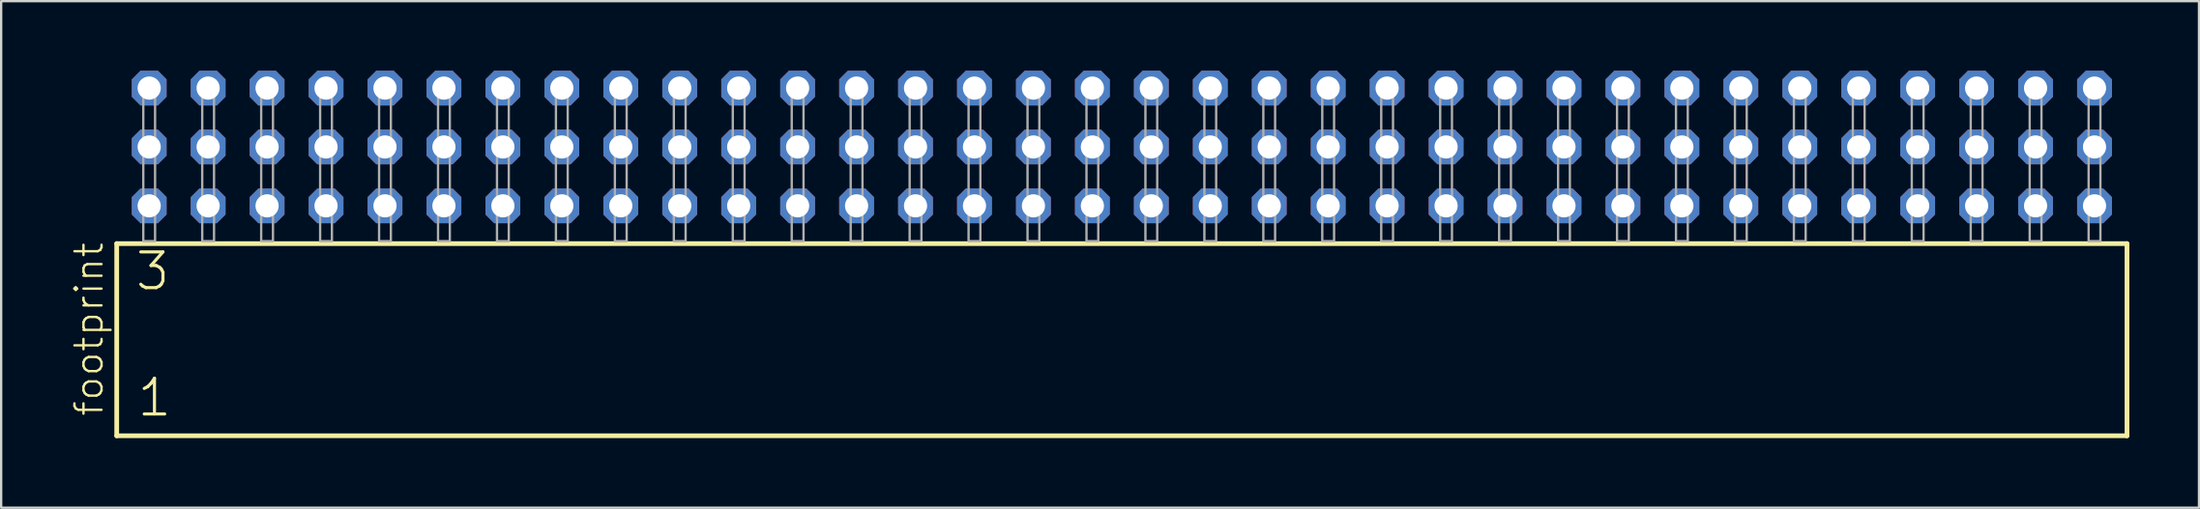
<source format=kicad_pcb>
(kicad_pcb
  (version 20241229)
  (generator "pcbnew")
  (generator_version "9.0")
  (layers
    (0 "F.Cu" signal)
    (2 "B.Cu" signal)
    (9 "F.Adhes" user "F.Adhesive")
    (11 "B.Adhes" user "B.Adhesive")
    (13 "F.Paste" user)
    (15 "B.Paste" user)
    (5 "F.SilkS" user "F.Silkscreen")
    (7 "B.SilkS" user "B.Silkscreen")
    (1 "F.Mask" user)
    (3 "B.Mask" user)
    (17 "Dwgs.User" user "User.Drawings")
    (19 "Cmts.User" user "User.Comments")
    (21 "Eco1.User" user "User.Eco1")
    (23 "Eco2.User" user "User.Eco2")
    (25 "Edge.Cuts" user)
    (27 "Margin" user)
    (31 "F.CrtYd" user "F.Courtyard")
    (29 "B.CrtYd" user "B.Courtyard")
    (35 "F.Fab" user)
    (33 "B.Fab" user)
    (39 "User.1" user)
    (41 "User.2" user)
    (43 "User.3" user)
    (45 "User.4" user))
  (footprint "footprint"
    (layer "F.Cu")
    (at 45.288 7.354)
    (property "Reference" "footprint" (at -43.815 7.62 90) (layer "F.SilkS") (effects (font (size 1.168 1.168) (thickness 0.102)) (justify left bottom)))
    (fp_line (start -43.309 0.106) (end -43.309 8.396) (stroke (width 0.203) (type solid)) (layer "F.SilkS"))
    (fp_line (start -43.309 8.396) (end 43.309 8.396) (stroke (width 0.203) (type solid)) (layer "F.SilkS"))
    (fp_line (start 43.309 0.106) (end -43.309 0.106) (stroke (width 0.203) (type solid)) (layer "F.SilkS"))
    (fp_line (start 43.309 8.396) (end 43.309 0.106) (stroke (width 0.203) (type solid)) (layer "F.SilkS"))
    (fp_poly (pts (xy -42.164 0) (xy -41.656 0) (xy -41.656 -6.858) (xy -42.164 -6.858)) (stroke (width 0.1) (type solid)) (fill no) (layer "F.Fab"))
    (fp_poly (pts (xy -39.624 0) (xy -39.116 0) (xy -39.116 -6.858) (xy -39.624 -6.858)) (stroke (width 0.1) (type solid)) (fill no) (layer "F.Fab"))
    (fp_poly (pts (xy -37.084 0) (xy -36.576 0) (xy -36.576 -6.858) (xy -37.084 -6.858)) (stroke (width 0.1) (type solid)) (fill no) (layer "F.Fab"))
    (fp_poly (pts (xy -34.544 0) (xy -34.036 0) (xy -34.036 -6.858) (xy -34.544 -6.858)) (stroke (width 0.1) (type solid)) (fill no) (layer "F.Fab"))
    (fp_poly (pts (xy -32.004 0) (xy -31.496 0) (xy -31.496 -6.858) (xy -32.004 -6.858)) (stroke (width 0.1) (type solid)) (fill no) (layer "F.Fab"))
    (fp_poly (pts (xy -29.464 0) (xy -28.956 0) (xy -28.956 -6.858) (xy -29.464 -6.858)) (stroke (width 0.1) (type solid)) (fill no) (layer "F.Fab"))
    (fp_poly (pts (xy -26.924 0) (xy -26.416 0) (xy -26.416 -6.858) (xy -26.924 -6.858)) (stroke (width 0.1) (type solid)) (fill no) (layer "F.Fab"))
    (fp_poly (pts (xy -24.384 0) (xy -23.876 0) (xy -23.876 -6.858) (xy -24.384 -6.858)) (stroke (width 0.1) (type solid)) (fill no) (layer "F.Fab"))
    (fp_poly (pts (xy -21.844 0) (xy -21.336 0) (xy -21.336 -6.858) (xy -21.844 -6.858)) (stroke (width 0.1) (type solid)) (fill no) (layer "F.Fab"))
    (fp_poly (pts (xy -19.304 0) (xy -18.796 0) (xy -18.796 -6.858) (xy -19.304 -6.858)) (stroke (width 0.1) (type solid)) (fill no) (layer "F.Fab"))
    (fp_poly (pts (xy -16.764 0) (xy -16.256 0) (xy -16.256 -6.858) (xy -16.764 -6.858)) (stroke (width 0.1) (type solid)) (fill no) (layer "F.Fab"))
    (fp_poly (pts (xy -14.224 0) (xy -13.716 0) (xy -13.716 -6.858) (xy -14.224 -6.858)) (stroke (width 0.1) (type solid)) (fill no) (layer "F.Fab"))
    (fp_poly (pts (xy -11.684 0) (xy -11.176 0) (xy -11.176 -6.858) (xy -11.684 -6.858)) (stroke (width 0.1) (type solid)) (fill no) (layer "F.Fab"))
    (fp_poly (pts (xy -9.144 0) (xy -8.636 0) (xy -8.636 -6.858) (xy -9.144 -6.858)) (stroke (width 0.1) (type solid)) (fill no) (layer "F.Fab"))
    (fp_poly (pts (xy -6.604 0) (xy -6.096 0) (xy -6.096 -6.858) (xy -6.604 -6.858)) (stroke (width 0.1) (type solid)) (fill no) (layer "F.Fab"))
    (fp_poly (pts (xy -4.064 0) (xy -3.556 0) (xy -3.556 -6.858) (xy -4.064 -6.858)) (stroke (width 0.1) (type solid)) (fill no) (layer "F.Fab"))
    (fp_poly (pts (xy -1.524 0) (xy -1.016 0) (xy -1.016 -6.858) (xy -1.524 -6.858)) (stroke (width 0.1) (type solid)) (fill no) (layer "F.Fab"))
    (fp_poly (pts (xy 1.016 0) (xy 1.524 0) (xy 1.524 -6.858) (xy 1.016 -6.858)) (stroke (width 0.1) (type solid)) (fill no) (layer "F.Fab"))
    (fp_poly (pts (xy 3.556 0) (xy 4.064 0) (xy 4.064 -6.858) (xy 3.556 -6.858)) (stroke (width 0.1) (type solid)) (fill no) (layer "F.Fab"))
    (fp_poly (pts (xy 6.096 0) (xy 6.604 0) (xy 6.604 -6.858) (xy 6.096 -6.858)) (stroke (width 0.1) (type solid)) (fill no) (layer "F.Fab"))
    (fp_poly (pts (xy 8.636 0) (xy 9.144 0) (xy 9.144 -6.858) (xy 8.636 -6.858)) (stroke (width 0.1) (type solid)) (fill no) (layer "F.Fab"))
    (fp_poly (pts (xy 11.176 0) (xy 11.684 0) (xy 11.684 -6.858) (xy 11.176 -6.858)) (stroke (width 0.1) (type solid)) (fill no) (layer "F.Fab"))
    (fp_poly (pts (xy 13.716 0) (xy 14.224 0) (xy 14.224 -6.858) (xy 13.716 -6.858)) (stroke (width 0.1) (type solid)) (fill no) (layer "F.Fab"))
    (fp_poly (pts (xy 16.256 0) (xy 16.764 0) (xy 16.764 -6.858) (xy 16.256 -6.858)) (stroke (width 0.1) (type solid)) (fill no) (layer "F.Fab"))
    (fp_poly (pts (xy 18.796 0) (xy 19.304 0) (xy 19.304 -6.858) (xy 18.796 -6.858)) (stroke (width 0.1) (type solid)) (fill no) (layer "F.Fab"))
    (fp_poly (pts (xy 21.336 0) (xy 21.844 0) (xy 21.844 -6.858) (xy 21.336 -6.858)) (stroke (width 0.1) (type solid)) (fill no) (layer "F.Fab"))
    (fp_poly (pts (xy 23.876 0) (xy 24.384 0) (xy 24.384 -6.858) (xy 23.876 -6.858)) (stroke (width 0.1) (type solid)) (fill no) (layer "F.Fab"))
    (fp_poly (pts (xy 26.416 0) (xy 26.924 0) (xy 26.924 -6.858) (xy 26.416 -6.858)) (stroke (width 0.1) (type solid)) (fill no) (layer "F.Fab"))
    (fp_poly (pts (xy 28.956 0) (xy 29.464 0) (xy 29.464 -6.858) (xy 28.956 -6.858)) (stroke (width 0.1) (type solid)) (fill no) (layer "F.Fab"))
    (fp_poly (pts (xy 31.496 0) (xy 32.004 0) (xy 32.004 -6.858) (xy 31.496 -6.858)) (stroke (width 0.1) (type solid)) (fill no) (layer "F.Fab"))
    (fp_poly (pts (xy 34.036 0) (xy 34.544 0) (xy 34.544 -6.858) (xy 34.036 -6.858)) (stroke (width 0.1) (type solid)) (fill no) (layer "F.Fab"))
    (fp_poly (pts (xy 36.576 0) (xy 37.084 0) (xy 37.084 -6.858) (xy 36.576 -6.858)) (stroke (width 0.1) (type solid)) (fill no) (layer "F.Fab"))
    (fp_poly (pts (xy 39.116 0) (xy 39.624 0) (xy 39.624 -6.858) (xy 39.116 -6.858)) (stroke (width 0.1) (type solid)) (fill no) (layer "F.Fab"))
    (fp_poly (pts (xy 41.656 0) (xy 42.164 0) (xy 42.164 -6.858) (xy 41.656 -6.858)) (stroke (width 0.1) (type solid)) (fill no) (layer "F.Fab"))
    (fp_text user "3" (at -42.58 2.2 0) (layer "F.SilkS") (effects (font (size 1.542 1.542) (thickness 0.134)) (justify left bottom)))
    (fp_text user "1" (at -42.505 7.65 0) (layer "F.SilkS") (effects (font (size 1.542 1.542) (thickness 0.134)) (justify left bottom)))
    (pad "1" thru_hole roundrect (at -41.91 -1.524) (size 1.5 1.5) (drill 1) (layers "*.Cu" "*.Mask") (roundrect_rratio 0.25) (chamfer_ratio 0.25) (chamfer top_left top_right bottom_left bottom_right))
    (pad "2" thru_hole roundrect (at -41.91 -4.064) (size 1.5 1.5) (drill 1) (layers "*.Cu" "*.Mask") (roundrect_rratio 0.25) (chamfer_ratio 0.25) (chamfer top_left top_right bottom_left bottom_right))
    (pad "3" thru_hole roundrect (at -41.91 -6.604) (size 1.5 1.5) (drill 1) (layers "*.Cu" "*.Mask") (roundrect_rratio 0.25) (chamfer_ratio 0.25) (chamfer top_left top_right bottom_left bottom_right))
    (pad "4" thru_hole roundrect (at -39.37 -1.524) (size 1.5 1.5) (drill 1) (layers "*.Cu" "*.Mask") (roundrect_rratio 0.25) (chamfer_ratio 0.25) (chamfer top_left top_right bottom_left bottom_right))
    (pad "5" thru_hole roundrect (at -39.37 -4.064) (size 1.5 1.5) (drill 1) (layers "*.Cu" "*.Mask") (roundrect_rratio 0.25) (chamfer_ratio 0.25) (chamfer top_left top_right bottom_left bottom_right))
    (pad "6" thru_hole roundrect (at -39.37 -6.604) (size 1.5 1.5) (drill 1) (layers "*.Cu" "*.Mask") (roundrect_rratio 0.25) (chamfer_ratio 0.25) (chamfer top_left top_right bottom_left bottom_right))
    (pad "7" thru_hole roundrect (at -36.83 -1.524) (size 1.5 1.5) (drill 1) (layers "*.Cu" "*.Mask") (roundrect_rratio 0.25) (chamfer_ratio 0.25) (chamfer top_left top_right bottom_left bottom_right))
    (pad "8" thru_hole roundrect (at -36.83 -4.064) (size 1.5 1.5) (drill 1) (layers "*.Cu" "*.Mask") (roundrect_rratio 0.25) (chamfer_ratio 0.25) (chamfer top_left top_right bottom_left bottom_right))
    (pad "9" thru_hole roundrect (at -36.83 -6.604) (size 1.5 1.5) (drill 1) (layers "*.Cu" "*.Mask") (roundrect_rratio 0.25) (chamfer_ratio 0.25) (chamfer top_left top_right bottom_left bottom_right))
    (pad "10" thru_hole roundrect (at -34.29 -1.524) (size 1.5 1.5) (drill 1) (layers "*.Cu" "*.Mask") (roundrect_rratio 0.25) (chamfer_ratio 0.25) (chamfer top_left top_right bottom_left bottom_right))
    (pad "11" thru_hole roundrect (at -34.29 -4.064) (size 1.5 1.5) (drill 1) (layers "*.Cu" "*.Mask") (roundrect_rratio 0.25) (chamfer_ratio 0.25) (chamfer top_left top_right bottom_left bottom_right))
    (pad "12" thru_hole roundrect (at -34.29 -6.604) (size 1.5 1.5) (drill 1) (layers "*.Cu" "*.Mask") (roundrect_rratio 0.25) (chamfer_ratio 0.25) (chamfer top_left top_right bottom_left bottom_right))
    (pad "13" thru_hole roundrect (at -31.75 -1.524) (size 1.5 1.5) (drill 1) (layers "*.Cu" "*.Mask") (roundrect_rratio 0.25) (chamfer_ratio 0.25) (chamfer top_left top_right bottom_left bottom_right))
    (pad "14" thru_hole roundrect (at -31.75 -4.064) (size 1.5 1.5) (drill 1) (layers "*.Cu" "*.Mask") (roundrect_rratio 0.25) (chamfer_ratio 0.25) (chamfer top_left top_right bottom_left bottom_right))
    (pad "15" thru_hole roundrect (at -31.75 -6.604) (size 1.5 1.5) (drill 1) (layers "*.Cu" "*.Mask") (roundrect_rratio 0.25) (chamfer_ratio 0.25) (chamfer top_left top_right bottom_left bottom_right))
    (pad "16" thru_hole roundrect (at -29.21 -1.524) (size 1.5 1.5) (drill 1) (layers "*.Cu" "*.Mask") (roundrect_rratio 0.25) (chamfer_ratio 0.25) (chamfer top_left top_right bottom_left bottom_right))
    (pad "17" thru_hole roundrect (at -29.21 -4.064) (size 1.5 1.5) (drill 1) (layers "*.Cu" "*.Mask") (roundrect_rratio 0.25) (chamfer_ratio 0.25) (chamfer top_left top_right bottom_left bottom_right))
    (pad "18" thru_hole roundrect (at -29.21 -6.604) (size 1.5 1.5) (drill 1) (layers "*.Cu" "*.Mask") (roundrect_rratio 0.25) (chamfer_ratio 0.25) (chamfer top_left top_right bottom_left bottom_right))
    (pad "19" thru_hole roundrect (at -26.67 -1.524) (size 1.5 1.5) (drill 1) (layers "*.Cu" "*.Mask") (roundrect_rratio 0.25) (chamfer_ratio 0.25) (chamfer top_left top_right bottom_left bottom_right))
    (pad "20" thru_hole roundrect (at -26.67 -4.064) (size 1.5 1.5) (drill 1) (layers "*.Cu" "*.Mask") (roundrect_rratio 0.25) (chamfer_ratio 0.25) (chamfer top_left top_right bottom_left bottom_right))
    (pad "21" thru_hole roundrect (at -26.67 -6.604) (size 1.5 1.5) (drill 1) (layers "*.Cu" "*.Mask") (roundrect_rratio 0.25) (chamfer_ratio 0.25) (chamfer top_left top_right bottom_left bottom_right))
    (pad "22" thru_hole roundrect (at -24.13 -1.524) (size 1.5 1.5) (drill 1) (layers "*.Cu" "*.Mask") (roundrect_rratio 0.25) (chamfer_ratio 0.25) (chamfer top_left top_right bottom_left bottom_right))
    (pad "23" thru_hole roundrect (at -24.13 -4.064) (size 1.5 1.5) (drill 1) (layers "*.Cu" "*.Mask") (roundrect_rratio 0.25) (chamfer_ratio 0.25) (chamfer top_left top_right bottom_left bottom_right))
    (pad "24" thru_hole roundrect (at -24.13 -6.604) (size 1.5 1.5) (drill 1) (layers "*.Cu" "*.Mask") (roundrect_rratio 0.25) (chamfer_ratio 0.25) (chamfer top_left top_right bottom_left bottom_right))
    (pad "25" thru_hole roundrect (at -21.59 -1.524) (size 1.5 1.5) (drill 1) (layers "*.Cu" "*.Mask") (roundrect_rratio 0.25) (chamfer_ratio 0.25) (chamfer top_left top_right bottom_left bottom_right))
    (pad "26" thru_hole roundrect (at -21.59 -4.064) (size 1.5 1.5) (drill 1) (layers "*.Cu" "*.Mask") (roundrect_rratio 0.25) (chamfer_ratio 0.25) (chamfer top_left top_right bottom_left bottom_right))
    (pad "27" thru_hole roundrect (at -21.59 -6.604) (size 1.5 1.5) (drill 1) (layers "*.Cu" "*.Mask") (roundrect_rratio 0.25) (chamfer_ratio 0.25) (chamfer top_left top_right bottom_left bottom_right))
    (pad "28" thru_hole roundrect (at -19.05 -1.524) (size 1.5 1.5) (drill 1) (layers "*.Cu" "*.Mask") (roundrect_rratio 0.25) (chamfer_ratio 0.25) (chamfer top_left top_right bottom_left bottom_right))
    (pad "29" thru_hole roundrect (at -19.05 -4.064) (size 1.5 1.5) (drill 1) (layers "*.Cu" "*.Mask") (roundrect_rratio 0.25) (chamfer_ratio 0.25) (chamfer top_left top_right bottom_left bottom_right))
    (pad "30" thru_hole roundrect (at -19.05 -6.604) (size 1.5 1.5) (drill 1) (layers "*.Cu" "*.Mask") (roundrect_rratio 0.25) (chamfer_ratio 0.25) (chamfer top_left top_right bottom_left bottom_right))
    (pad "31" thru_hole roundrect (at -16.51 -1.524) (size 1.5 1.5) (drill 1) (layers "*.Cu" "*.Mask") (roundrect_rratio 0.25) (chamfer_ratio 0.25) (chamfer top_left top_right bottom_left bottom_right))
    (pad "32" thru_hole roundrect (at -16.51 -4.064) (size 1.5 1.5) (drill 1) (layers "*.Cu" "*.Mask") (roundrect_rratio 0.25) (chamfer_ratio 0.25) (chamfer top_left top_right bottom_left bottom_right))
    (pad "33" thru_hole roundrect (at -16.51 -6.604) (size 1.5 1.5) (drill 1) (layers "*.Cu" "*.Mask") (roundrect_rratio 0.25) (chamfer_ratio 0.25) (chamfer top_left top_right bottom_left bottom_right))
    (pad "34" thru_hole roundrect (at -13.97 -1.524) (size 1.5 1.5) (drill 1) (layers "*.Cu" "*.Mask") (roundrect_rratio 0.25) (chamfer_ratio 0.25) (chamfer top_left top_right bottom_left bottom_right))
    (pad "35" thru_hole roundrect (at -13.97 -4.064) (size 1.5 1.5) (drill 1) (layers "*.Cu" "*.Mask") (roundrect_rratio 0.25) (chamfer_ratio 0.25) (chamfer top_left top_right bottom_left bottom_right))
    (pad "36" thru_hole roundrect (at -13.97 -6.604) (size 1.5 1.5) (drill 1) (layers "*.Cu" "*.Mask") (roundrect_rratio 0.25) (chamfer_ratio 0.25) (chamfer top_left top_right bottom_left bottom_right))
    (pad "37" thru_hole roundrect (at -11.43 -1.524) (size 1.5 1.5) (drill 1) (layers "*.Cu" "*.Mask") (roundrect_rratio 0.25) (chamfer_ratio 0.25) (chamfer top_left top_right bottom_left bottom_right))
    (pad "38" thru_hole roundrect (at -11.43 -4.064) (size 1.5 1.5) (drill 1) (layers "*.Cu" "*.Mask") (roundrect_rratio 0.25) (chamfer_ratio 0.25) (chamfer top_left top_right bottom_left bottom_right))
    (pad "39" thru_hole roundrect (at -11.43 -6.604) (size 1.5 1.5) (drill 1) (layers "*.Cu" "*.Mask") (roundrect_rratio 0.25) (chamfer_ratio 0.25) (chamfer top_left top_right bottom_left bottom_right))
    (pad "40" thru_hole roundrect (at -8.89 -1.524) (size 1.5 1.5) (drill 1) (layers "*.Cu" "*.Mask") (roundrect_rratio 0.25) (chamfer_ratio 0.25) (chamfer top_left top_right bottom_left bottom_right))
    (pad "41" thru_hole roundrect (at -8.89 -4.064) (size 1.5 1.5) (drill 1) (layers "*.Cu" "*.Mask") (roundrect_rratio 0.25) (chamfer_ratio 0.25) (chamfer top_left top_right bottom_left bottom_right))
    (pad "42" thru_hole roundrect (at -8.89 -6.604) (size 1.5 1.5) (drill 1) (layers "*.Cu" "*.Mask") (roundrect_rratio 0.25) (chamfer_ratio 0.25) (chamfer top_left top_right bottom_left bottom_right))
    (pad "43" thru_hole roundrect (at -6.35 -1.524) (size 1.5 1.5) (drill 1) (layers "*.Cu" "*.Mask") (roundrect_rratio 0.25) (chamfer_ratio 0.25) (chamfer top_left top_right bottom_left bottom_right))
    (pad "44" thru_hole roundrect (at -6.35 -4.064) (size 1.5 1.5) (drill 1) (layers "*.Cu" "*.Mask") (roundrect_rratio 0.25) (chamfer_ratio 0.25) (chamfer top_left top_right bottom_left bottom_right))
    (pad "45" thru_hole roundrect (at -6.35 -6.604) (size 1.5 1.5) (drill 1) (layers "*.Cu" "*.Mask") (roundrect_rratio 0.25) (chamfer_ratio 0.25) (chamfer top_left top_right bottom_left bottom_right))
    (pad "46" thru_hole roundrect (at -3.81 -1.524) (size 1.5 1.5) (drill 1) (layers "*.Cu" "*.Mask") (roundrect_rratio 0.25) (chamfer_ratio 0.25) (chamfer top_left top_right bottom_left bottom_right))
    (pad "47" thru_hole roundrect (at -3.81 -4.064) (size 1.5 1.5) (drill 1) (layers "*.Cu" "*.Mask") (roundrect_rratio 0.25) (chamfer_ratio 0.25) (chamfer top_left top_right bottom_left bottom_right))
    (pad "48" thru_hole roundrect (at -3.81 -6.604) (size 1.5 1.5) (drill 1) (layers "*.Cu" "*.Mask") (roundrect_rratio 0.25) (chamfer_ratio 0.25) (chamfer top_left top_right bottom_left bottom_right))
    (pad "49" thru_hole roundrect (at -1.27 -1.524) (size 1.5 1.5) (drill 1) (layers "*.Cu" "*.Mask") (roundrect_rratio 0.25) (chamfer_ratio 0.25) (chamfer top_left top_right bottom_left bottom_right))
    (pad "50" thru_hole roundrect (at -1.27 -4.064) (size 1.5 1.5) (drill 1) (layers "*.Cu" "*.Mask") (roundrect_rratio 0.25) (chamfer_ratio 0.25) (chamfer top_left top_right bottom_left bottom_right))
    (pad "51" thru_hole roundrect (at -1.27 -6.604) (size 1.5 1.5) (drill 1) (layers "*.Cu" "*.Mask") (roundrect_rratio 0.25) (chamfer_ratio 0.25) (chamfer top_left top_right bottom_left bottom_right))
    (pad "52" thru_hole roundrect (at 1.27 -1.524) (size 1.5 1.5) (drill 1) (layers "*.Cu" "*.Mask") (roundrect_rratio 0.25) (chamfer_ratio 0.25) (chamfer top_left top_right bottom_left bottom_right))
    (pad "53" thru_hole roundrect (at 1.27 -4.064) (size 1.5 1.5) (drill 1) (layers "*.Cu" "*.Mask") (roundrect_rratio 0.25) (chamfer_ratio 0.25) (chamfer top_left top_right bottom_left bottom_right))
    (pad "54" thru_hole roundrect (at 1.27 -6.604) (size 1.5 1.5) (drill 1) (layers "*.Cu" "*.Mask") (roundrect_rratio 0.25) (chamfer_ratio 0.25) (chamfer top_left top_right bottom_left bottom_right))
    (pad "55" thru_hole roundrect (at 3.81 -1.524) (size 1.5 1.5) (drill 1) (layers "*.Cu" "*.Mask") (roundrect_rratio 0.25) (chamfer_ratio 0.25) (chamfer top_left top_right bottom_left bottom_right))
    (pad "56" thru_hole roundrect (at 3.81 -4.064) (size 1.5 1.5) (drill 1) (layers "*.Cu" "*.Mask") (roundrect_rratio 0.25) (chamfer_ratio 0.25) (chamfer top_left top_right bottom_left bottom_right))
    (pad "57" thru_hole roundrect (at 3.81 -6.604) (size 1.5 1.5) (drill 1) (layers "*.Cu" "*.Mask") (roundrect_rratio 0.25) (chamfer_ratio 0.25) (chamfer top_left top_right bottom_left bottom_right))
    (pad "58" thru_hole roundrect (at 6.35 -1.524) (size 1.5 1.5) (drill 1) (layers "*.Cu" "*.Mask") (roundrect_rratio 0.25) (chamfer_ratio 0.25) (chamfer top_left top_right bottom_left bottom_right))
    (pad "59" thru_hole roundrect (at 6.35 -4.064) (size 1.5 1.5) (drill 1) (layers "*.Cu" "*.Mask") (roundrect_rratio 0.25) (chamfer_ratio 0.25) (chamfer top_left top_right bottom_left bottom_right))
    (pad "60" thru_hole roundrect (at 6.35 -6.604) (size 1.5 1.5) (drill 1) (layers "*.Cu" "*.Mask") (roundrect_rratio 0.25) (chamfer_ratio 0.25) (chamfer top_left top_right bottom_left bottom_right))
    (pad "61" thru_hole roundrect (at 8.89 -1.524) (size 1.5 1.5) (drill 1) (layers "*.Cu" "*.Mask") (roundrect_rratio 0.25) (chamfer_ratio 0.25) (chamfer top_left top_right bottom_left bottom_right))
    (pad "62" thru_hole roundrect (at 8.89 -4.064) (size 1.5 1.5) (drill 1) (layers "*.Cu" "*.Mask") (roundrect_rratio 0.25) (chamfer_ratio 0.25) (chamfer top_left top_right bottom_left bottom_right))
    (pad "63" thru_hole roundrect (at 8.89 -6.604) (size 1.5 1.5) (drill 1) (layers "*.Cu" "*.Mask") (roundrect_rratio 0.25) (chamfer_ratio 0.25) (chamfer top_left top_right bottom_left bottom_right))
    (pad "64" thru_hole roundrect (at 11.43 -1.524) (size 1.5 1.5) (drill 1) (layers "*.Cu" "*.Mask") (roundrect_rratio 0.25) (chamfer_ratio 0.25) (chamfer top_left top_right bottom_left bottom_right))
    (pad "65" thru_hole roundrect (at 11.43 -4.064) (size 1.5 1.5) (drill 1) (layers "*.Cu" "*.Mask") (roundrect_rratio 0.25) (chamfer_ratio 0.25) (chamfer top_left top_right bottom_left bottom_right))
    (pad "66" thru_hole roundrect (at 11.43 -6.604) (size 1.5 1.5) (drill 1) (layers "*.Cu" "*.Mask") (roundrect_rratio 0.25) (chamfer_ratio 0.25) (chamfer top_left top_right bottom_left bottom_right))
    (pad "67" thru_hole roundrect (at 13.97 -1.524) (size 1.5 1.5) (drill 1) (layers "*.Cu" "*.Mask") (roundrect_rratio 0.25) (chamfer_ratio 0.25) (chamfer top_left top_right bottom_left bottom_right))
    (pad "68" thru_hole roundrect (at 13.97 -4.064) (size 1.5 1.5) (drill 1) (layers "*.Cu" "*.Mask") (roundrect_rratio 0.25) (chamfer_ratio 0.25) (chamfer top_left top_right bottom_left bottom_right))
    (pad "69" thru_hole roundrect (at 13.97 -6.604) (size 1.5 1.5) (drill 1) (layers "*.Cu" "*.Mask") (roundrect_rratio 0.25) (chamfer_ratio 0.25) (chamfer top_left top_right bottom_left bottom_right))
    (pad "70" thru_hole roundrect (at 16.51 -1.524) (size 1.5 1.5) (drill 1) (layers "*.Cu" "*.Mask") (roundrect_rratio 0.25) (chamfer_ratio 0.25) (chamfer top_left top_right bottom_left bottom_right))
    (pad "71" thru_hole roundrect (at 16.51 -4.064) (size 1.5 1.5) (drill 1) (layers "*.Cu" "*.Mask") (roundrect_rratio 0.25) (chamfer_ratio 0.25) (chamfer top_left top_right bottom_left bottom_right))
    (pad "72" thru_hole roundrect (at 16.51 -6.604) (size 1.5 1.5) (drill 1) (layers "*.Cu" "*.Mask") (roundrect_rratio 0.25) (chamfer_ratio 0.25) (chamfer top_left top_right bottom_left bottom_right))
    (pad "73" thru_hole roundrect (at 19.05 -1.524) (size 1.5 1.5) (drill 1) (layers "*.Cu" "*.Mask") (roundrect_rratio 0.25) (chamfer_ratio 0.25) (chamfer top_left top_right bottom_left bottom_right))
    (pad "74" thru_hole roundrect (at 19.05 -4.064) (size 1.5 1.5) (drill 1) (layers "*.Cu" "*.Mask") (roundrect_rratio 0.25) (chamfer_ratio 0.25) (chamfer top_left top_right bottom_left bottom_right))
    (pad "75" thru_hole roundrect (at 19.05 -6.604) (size 1.5 1.5) (drill 1) (layers "*.Cu" "*.Mask") (roundrect_rratio 0.25) (chamfer_ratio 0.25) (chamfer top_left top_right bottom_left bottom_right))
    (pad "76" thru_hole roundrect (at 21.59 -1.524) (size 1.5 1.5) (drill 1) (layers "*.Cu" "*.Mask") (roundrect_rratio 0.25) (chamfer_ratio 0.25) (chamfer top_left top_right bottom_left bottom_right))
    (pad "77" thru_hole roundrect (at 21.59 -4.064) (size 1.5 1.5) (drill 1) (layers "*.Cu" "*.Mask") (roundrect_rratio 0.25) (chamfer_ratio 0.25) (chamfer top_left top_right bottom_left bottom_right))
    (pad "78" thru_hole roundrect (at 21.59 -6.604) (size 1.5 1.5) (drill 1) (layers "*.Cu" "*.Mask") (roundrect_rratio 0.25) (chamfer_ratio 0.25) (chamfer top_left top_right bottom_left bottom_right))
    (pad "79" thru_hole roundrect (at 24.13 -1.524) (size 1.5 1.5) (drill 1) (layers "*.Cu" "*.Mask") (roundrect_rratio 0.25) (chamfer_ratio 0.25) (chamfer top_left top_right bottom_left bottom_right))
    (pad "80" thru_hole roundrect (at 24.13 -4.064) (size 1.5 1.5) (drill 1) (layers "*.Cu" "*.Mask") (roundrect_rratio 0.25) (chamfer_ratio 0.25) (chamfer top_left top_right bottom_left bottom_right))
    (pad "81" thru_hole roundrect (at 24.13 -6.604) (size 1.5 1.5) (drill 1) (layers "*.Cu" "*.Mask") (roundrect_rratio 0.25) (chamfer_ratio 0.25) (chamfer top_left top_right bottom_left bottom_right))
    (pad "82" thru_hole roundrect (at 26.67 -1.524) (size 1.5 1.5) (drill 1) (layers "*.Cu" "*.Mask") (roundrect_rratio 0.25) (chamfer_ratio 0.25) (chamfer top_left top_right bottom_left bottom_right))
    (pad "83" thru_hole roundrect (at 26.67 -4.064) (size 1.5 1.5) (drill 1) (layers "*.Cu" "*.Mask") (roundrect_rratio 0.25) (chamfer_ratio 0.25) (chamfer top_left top_right bottom_left bottom_right))
    (pad "84" thru_hole roundrect (at 26.67 -6.604) (size 1.5 1.5) (drill 1) (layers "*.Cu" "*.Mask") (roundrect_rratio 0.25) (chamfer_ratio 0.25) (chamfer top_left top_right bottom_left bottom_right))
    (pad "85" thru_hole roundrect (at 29.21 -1.524) (size 1.5 1.5) (drill 1) (layers "*.Cu" "*.Mask") (roundrect_rratio 0.25) (chamfer_ratio 0.25) (chamfer top_left top_right bottom_left bottom_right))
    (pad "86" thru_hole roundrect (at 29.21 -4.064) (size 1.5 1.5) (drill 1) (layers "*.Cu" "*.Mask") (roundrect_rratio 0.25) (chamfer_ratio 0.25) (chamfer top_left top_right bottom_left bottom_right))
    (pad "87" thru_hole roundrect (at 29.21 -6.604) (size 1.5 1.5) (drill 1) (layers "*.Cu" "*.Mask") (roundrect_rratio 0.25) (chamfer_ratio 0.25) (chamfer top_left top_right bottom_left bottom_right))
    (pad "88" thru_hole roundrect (at 31.75 -1.524) (size 1.5 1.5) (drill 1) (layers "*.Cu" "*.Mask") (roundrect_rratio 0.25) (chamfer_ratio 0.25) (chamfer top_left top_right bottom_left bottom_right))
    (pad "89" thru_hole roundrect (at 31.75 -4.064) (size 1.5 1.5) (drill 1) (layers "*.Cu" "*.Mask") (roundrect_rratio 0.25) (chamfer_ratio 0.25) (chamfer top_left top_right bottom_left bottom_right))
    (pad "90" thru_hole roundrect (at 31.75 -6.604) (size 1.5 1.5) (drill 1) (layers "*.Cu" "*.Mask") (roundrect_rratio 0.25) (chamfer_ratio 0.25) (chamfer top_left top_right bottom_left bottom_right))
    (pad "91" thru_hole roundrect (at 34.29 -1.524) (size 1.5 1.5) (drill 1) (layers "*.Cu" "*.Mask") (roundrect_rratio 0.25) (chamfer_ratio 0.25) (chamfer top_left top_right bottom_left bottom_right))
    (pad "92" thru_hole roundrect (at 34.29 -4.064) (size 1.5 1.5) (drill 1) (layers "*.Cu" "*.Mask") (roundrect_rratio 0.25) (chamfer_ratio 0.25) (chamfer top_left top_right bottom_left bottom_right))
    (pad "93" thru_hole roundrect (at 34.29 -6.604) (size 1.5 1.5) (drill 1) (layers "*.Cu" "*.Mask") (roundrect_rratio 0.25) (chamfer_ratio 0.25) (chamfer top_left top_right bottom_left bottom_right))
    (pad "94" thru_hole roundrect (at 36.83 -1.524) (size 1.5 1.5) (drill 1) (layers "*.Cu" "*.Mask") (roundrect_rratio 0.25) (chamfer_ratio 0.25) (chamfer top_left top_right bottom_left bottom_right))
    (pad "95" thru_hole roundrect (at 36.83 -4.064) (size 1.5 1.5) (drill 1) (layers "*.Cu" "*.Mask") (roundrect_rratio 0.25) (chamfer_ratio 0.25) (chamfer top_left top_right bottom_left bottom_right))
    (pad "96" thru_hole roundrect (at 36.83 -6.604) (size 1.5 1.5) (drill 1) (layers "*.Cu" "*.Mask") (roundrect_rratio 0.25) (chamfer_ratio 0.25) (chamfer top_left top_right bottom_left bottom_right))
    (pad "97" thru_hole roundrect (at 39.37 -1.524) (size 1.5 1.5) (drill 1) (layers "*.Cu" "*.Mask") (roundrect_rratio 0.25) (chamfer_ratio 0.25) (chamfer top_left top_right bottom_left bottom_right))
    (pad "98" thru_hole roundrect (at 39.37 -4.064) (size 1.5 1.5) (drill 1) (layers "*.Cu" "*.Mask") (roundrect_rratio 0.25) (chamfer_ratio 0.25) (chamfer top_left top_right bottom_left bottom_right))
    (pad "99" thru_hole roundrect (at 39.37 -6.604) (size 1.5 1.5) (drill 1) (layers "*.Cu" "*.Mask") (roundrect_rratio 0.25) (chamfer_ratio 0.25) (chamfer top_left top_right bottom_left bottom_right))
    (pad "100" thru_hole roundrect (at 41.91 -1.524) (size 1.5 1.5) (drill 1) (layers "*.Cu" "*.Mask") (roundrect_rratio 0.25) (chamfer_ratio 0.25) (chamfer top_left top_right bottom_left bottom_right))
    (pad "101" thru_hole roundrect (at 41.91 -4.064) (size 1.5 1.5) (drill 1) (layers "*.Cu" "*.Mask") (roundrect_rratio 0.25) (chamfer_ratio 0.25) (chamfer top_left top_right bottom_left bottom_right))
    (pad "102" thru_hole roundrect (at 41.91 -6.604) (size 1.5 1.5) (drill 1) (layers "*.Cu" "*.Mask") (roundrect_rratio 0.25) (chamfer_ratio 0.25) (chamfer top_left top_right bottom_left bottom_right)))
  (gr_rect
    (start -3 -3)
    (end 91.699 18.852)
    (stroke (width 0.1) (type default))
    (fill no)
    (layer "Edge.Cuts")))
</source>
